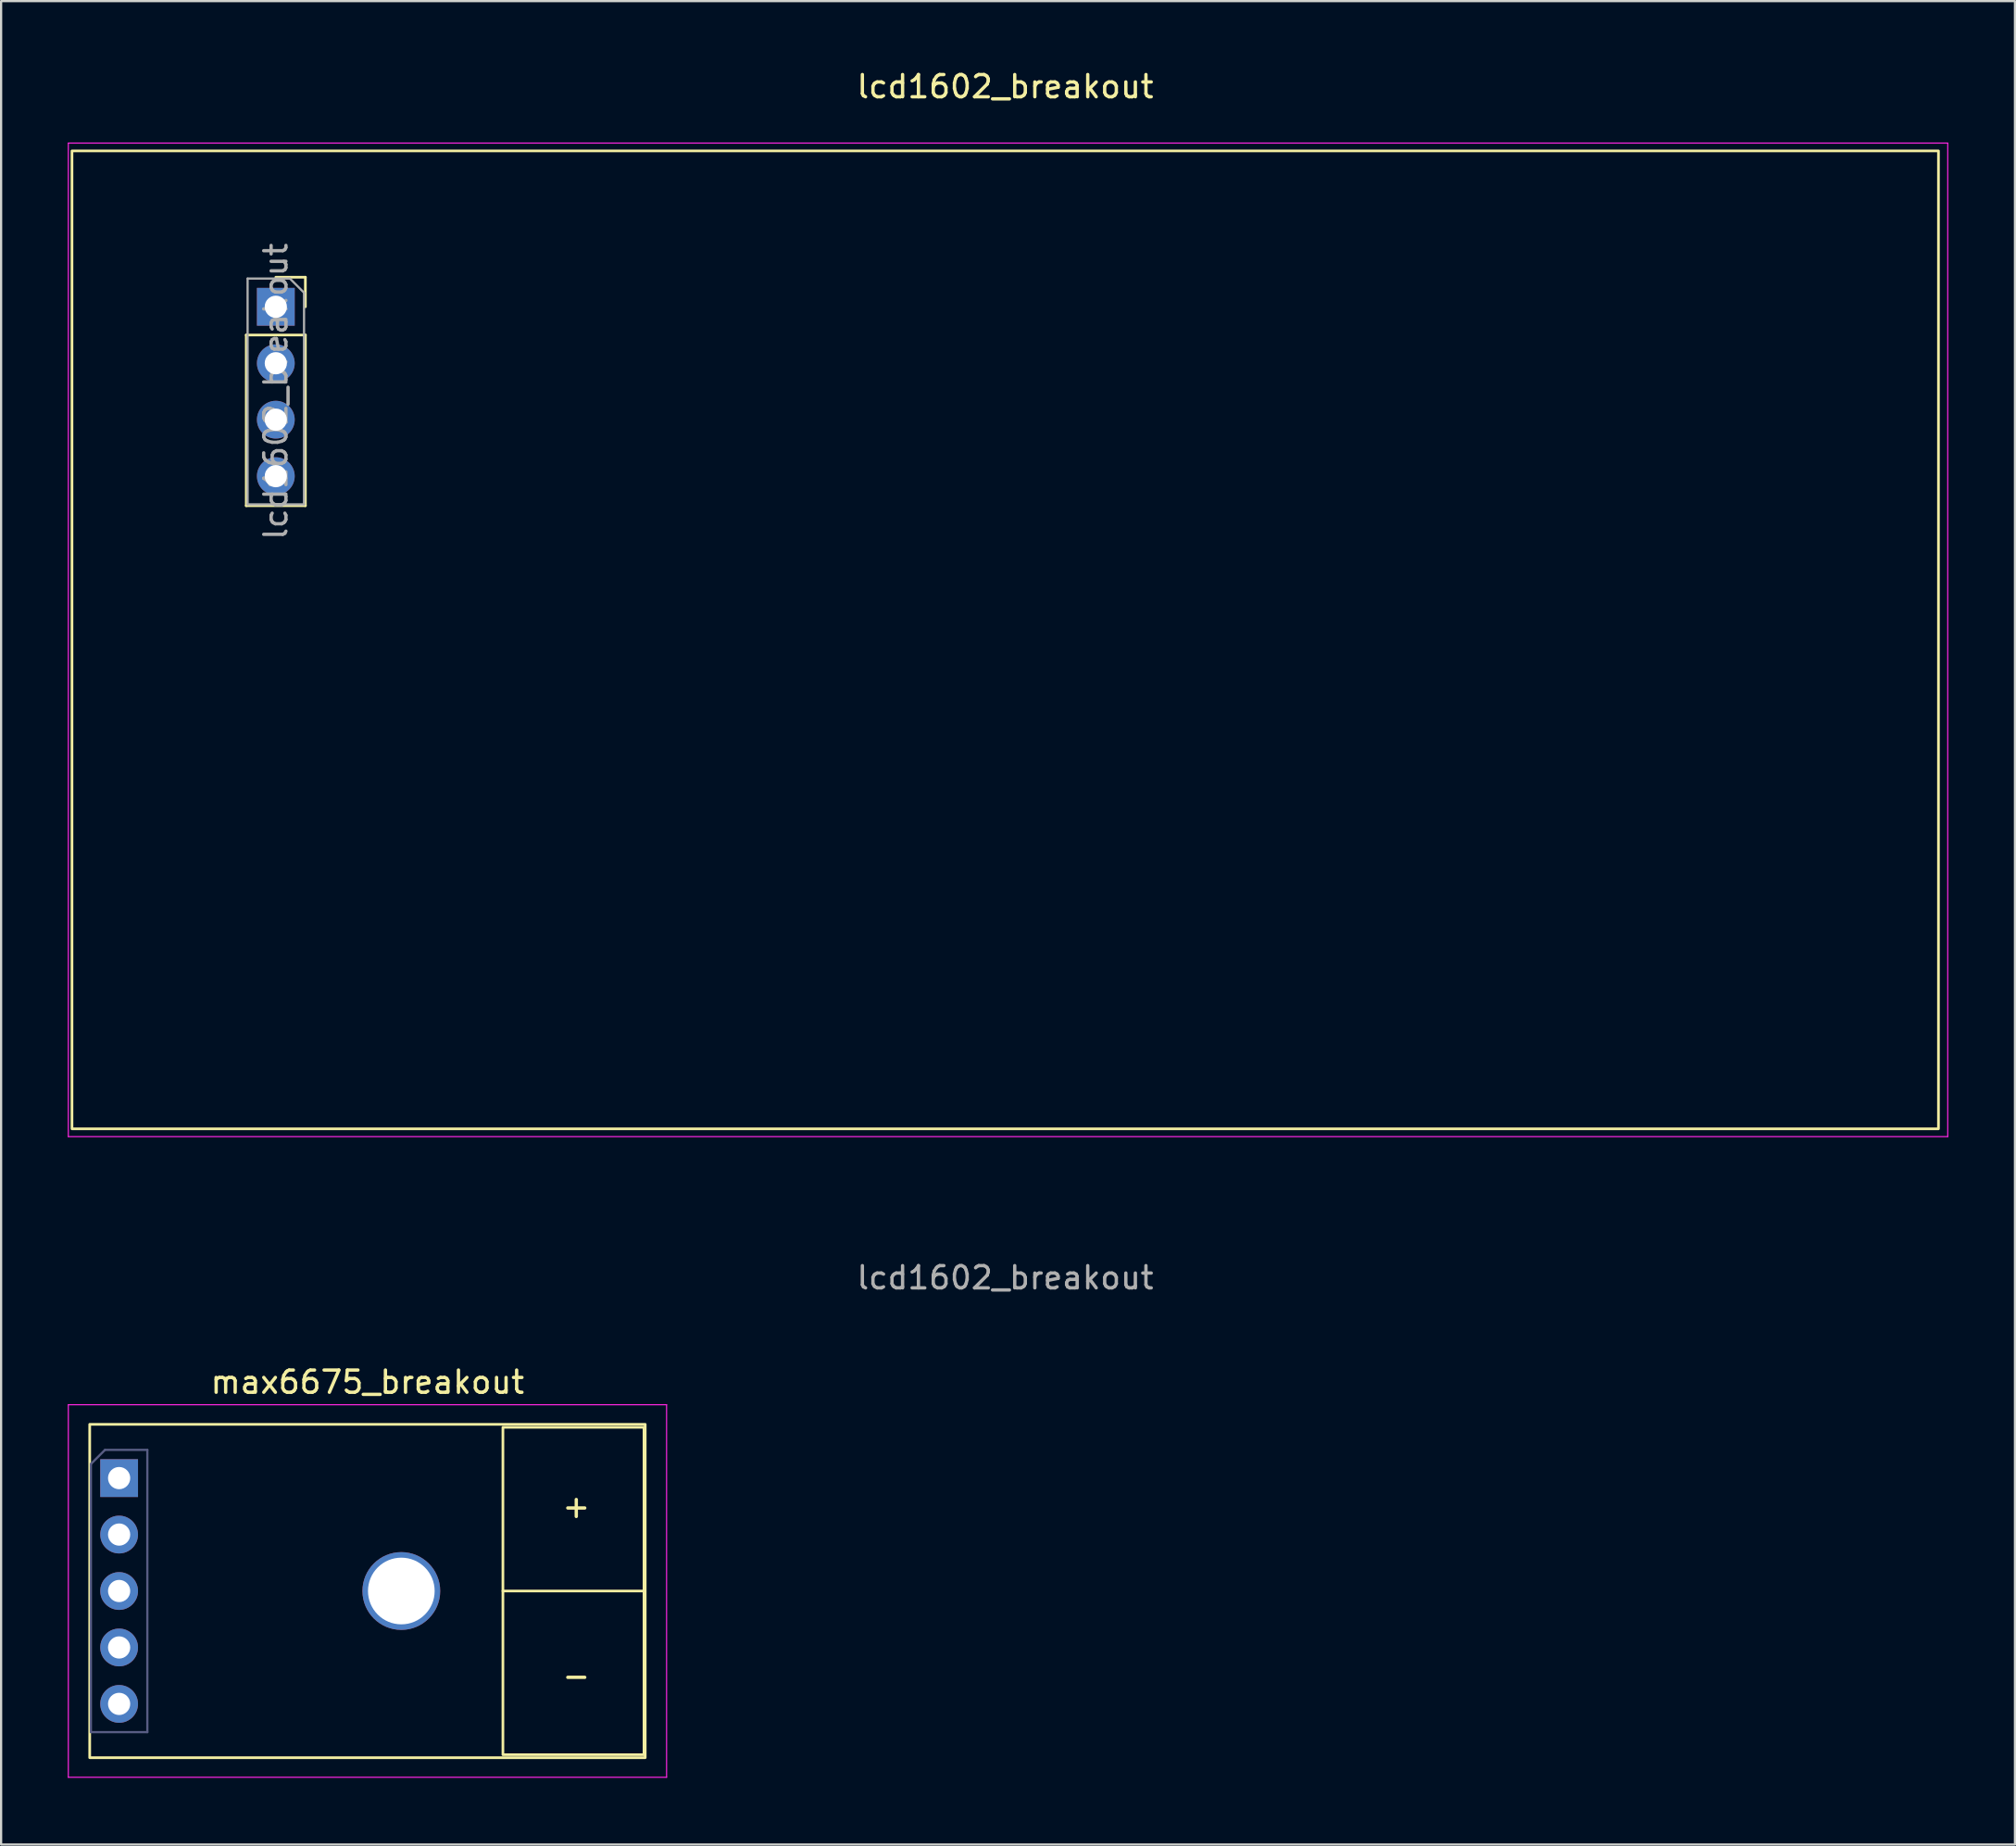
<source format=kicad_pcb>
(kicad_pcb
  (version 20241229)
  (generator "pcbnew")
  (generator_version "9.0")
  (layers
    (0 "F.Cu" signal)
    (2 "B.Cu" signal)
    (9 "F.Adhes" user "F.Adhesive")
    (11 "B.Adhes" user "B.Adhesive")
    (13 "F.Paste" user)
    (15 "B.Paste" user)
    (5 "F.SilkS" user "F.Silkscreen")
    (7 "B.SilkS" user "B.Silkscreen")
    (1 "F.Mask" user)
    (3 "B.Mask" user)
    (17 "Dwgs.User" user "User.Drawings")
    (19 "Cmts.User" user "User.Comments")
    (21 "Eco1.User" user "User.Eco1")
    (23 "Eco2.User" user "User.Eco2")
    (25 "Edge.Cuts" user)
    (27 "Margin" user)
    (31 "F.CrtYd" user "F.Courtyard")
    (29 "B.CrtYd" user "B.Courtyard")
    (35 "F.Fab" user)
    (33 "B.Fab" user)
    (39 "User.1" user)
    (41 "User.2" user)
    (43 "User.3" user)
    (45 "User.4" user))
  (footprint "lcd1602_breakout"
    (layer "F.Cu")
    (at 42.189 25.74)
    (property "Reference" "lcd1602_breakout" (at 0 -24.892 0) (unlocked yes) (layer "F.SilkS") (effects (font (size 1 1) (thickness 0.15))))
    (attr through_hole)
    (fp_line (start -34.156 -13.716) (end -34.156 -6.036) (stroke (width 0.12) (type solid)) (layer "F.SilkS"))
    (fp_line (start -34.156 -13.716) (end -31.496 -13.716) (stroke (width 0.12) (type solid)) (layer "F.SilkS"))
    (fp_line (start -34.156 -6.036) (end -31.496 -6.036) (stroke (width 0.12) (type solid)) (layer "F.SilkS"))
    (fp_line (start -32.826 -16.316) (end -31.496 -16.316) (stroke (width 0.12) (type solid)) (layer "F.SilkS"))
    (fp_line (start -31.496 -16.316) (end -31.496 -14.986) (stroke (width 0.12) (type solid)) (layer "F.SilkS"))
    (fp_line (start -31.496 -13.716) (end -31.496 -6.036) (stroke (width 0.12) (type solid)) (layer "F.SilkS"))
    (fp_rect (start -42 -22) (end 42 22) (stroke (width 0.12) (type solid)) (fill no) (layer "F.SilkS"))
    (fp_line (start -42.164 -22.352) (end 42.418 -22.352) (stroke (width 0.05) (type solid)) (layer "F.CrtYd"))
    (fp_line (start -42.164 22.352) (end -42.164 -22.352) (stroke (width 0.05) (type solid)) (layer "F.CrtYd"))
    (fp_line (start 42.418 -22.352) (end 42.418 22.352) (stroke (width 0.05) (type solid)) (layer "F.CrtYd"))
    (fp_line (start 42.418 22.352) (end -42.164 22.352) (stroke (width 0.05) (type solid)) (layer "F.CrtYd"))
    (fp_line (start -34.096 -16.256) (end -32.191 -16.256) (stroke (width 0.1) (type solid)) (layer "F.Fab"))
    (fp_line (start -34.096 -6.096) (end -34.096 -16.256) (stroke (width 0.1) (type solid)) (layer "F.Fab"))
    (fp_line (start -32.191 -16.256) (end -31.556 -15.621) (stroke (width 0.1) (type solid)) (layer "F.Fab"))
    (fp_line (start -31.556 -15.621) (end -31.556 -6.096) (stroke (width 0.1) (type solid)) (layer "F.Fab"))
    (fp_line (start -31.556 -6.096) (end -34.096 -6.096) (stroke (width 0.1) (type solid)) (layer "F.Fab"))
    (fp_text user "${REFERENCE}" (at 0 28.702 0) (unlocked yes) (layer "F.Fab") (effects (font (size 1 1) (thickness 0.15))))
    (fp_text user "${REFERENCE}" (at -32.826 -11.176 90) (layer "F.Fab") (effects (font (size 1 1) (thickness 0.15))))
    (pad "2" thru_hole oval (at -32.826 -7.366) (size 1.7 1.7) (drill 1) (layers "*.Cu" "*.Mask"))
    (pad "4" thru_hole oval (at -32.826 -9.906) (size 1.7 1.7) (drill 1) (layers "*.Cu" "*.Mask"))
    (pad "5" thru_hole oval (at -32.826 -12.446) (size 1.7 1.7) (drill 1) (layers "*.Cu" "*.Mask"))
    (pad "15" thru_hole rect (at -32.826 -14.986) (size 1.7 1.7) (drill 1) (layers "*.Cu" "*.Mask")))
  (footprint "max6675_breakout"
    (layer "F.Cu")
    (at 13.487 68.537)
    (property "Reference" "max6675_breakout" (at 0 -9.398 0) (unlocked yes) (layer "F.SilkS") (effects (font (size 1 1) (thickness 0.15))))
    (attr through_hole)
    (fp_line (start 6.096 0) (end 12.446 0) (stroke (width 0.12) (type solid)) (layer "F.SilkS"))
    (fp_rect (start -12.5 -7.5) (end 12.5 7.5) (stroke (width 0.12) (type solid)) (fill no) (layer "F.SilkS"))
    (fp_rect (start 6.096 -7.366) (end 12.446 7.366) (stroke (width 0.12) (type solid)) (fill no) (layer "F.SilkS"))
    (fp_line (start -13.462 -8.382) (end 13.462 -8.382) (stroke (width 0.05) (type solid)) (layer "F.CrtYd"))
    (fp_line (start -13.462 8.382) (end -13.462 -8.382) (stroke (width 0.05) (type solid)) (layer "F.CrtYd"))
    (fp_line (start 13.462 -8.382) (end 13.462 8.382) (stroke (width 0.05) (type solid)) (layer "F.CrtYd"))
    (fp_line (start 13.462 8.382) (end -13.462 8.382) (stroke (width 0.05) (type solid)) (layer "F.CrtYd"))
    (fp_line (start -12.446 -5.715) (end -12.446 6.35) (stroke (width 0.1) (type solid)) (layer "B.Fab"))
    (fp_line (start -12.446 6.35) (end -9.906 6.35) (stroke (width 0.1) (type solid)) (layer "B.Fab"))
    (fp_line (start -11.811 -6.35) (end -12.446 -5.715) (stroke (width 0.1) (type solid)) (layer "B.Fab"))
    (fp_line (start -9.906 -6.35) (end -11.811 -6.35) (stroke (width 0.1) (type solid)) (layer "B.Fab"))
    (fp_line (start -9.906 6.35) (end -9.906 -6.35) (stroke (width 0.1) (type solid)) (layer "B.Fab"))
    (fp_text user "+" (at 9.398 -3.81 0) (unlocked yes) (layer "F.SilkS") (effects (font (size 1 1) (thickness 0.15))))
    (fp_text user "-" (at 9.398 3.81 0) (unlocked yes) (layer "F.SilkS") (effects (font (size 1 1) (thickness 0.15))))
    (pad "1" thru_hole rect (at -11.176 -5.08) (size 1.7 1.7) (drill 1) (layers "*.Cu" "*.Mask"))
    (pad "2" thru_hole oval (at -11.176 -2.54) (size 1.7 1.7) (drill 1) (layers "*.Cu" "*.Mask"))
    (pad "3" thru_hole oval (at -11.176 0) (size 1.7 1.7) (drill 1) (layers "*.Cu" "*.Mask"))
    (pad "4" thru_hole oval (at -11.176 2.54) (size 1.7 1.7) (drill 1) (layers "*.Cu" "*.Mask"))
    (pad "5" thru_hole oval (at -11.176 5.08) (size 1.7 1.7) (drill 1) (layers "*.Cu" "*.Mask"))
    (pad "6" thru_hole circle (at 1.524 0) (size 3.5 3.5) (drill 3) (layers "*.Cu" "*.Mask")))
  (gr_rect
    (start -3 -3)
    (end 87.632 79.944)
    (stroke (width 0.1) (type default))
    (fill no)
    (layer "Edge.Cuts")))
</source>
